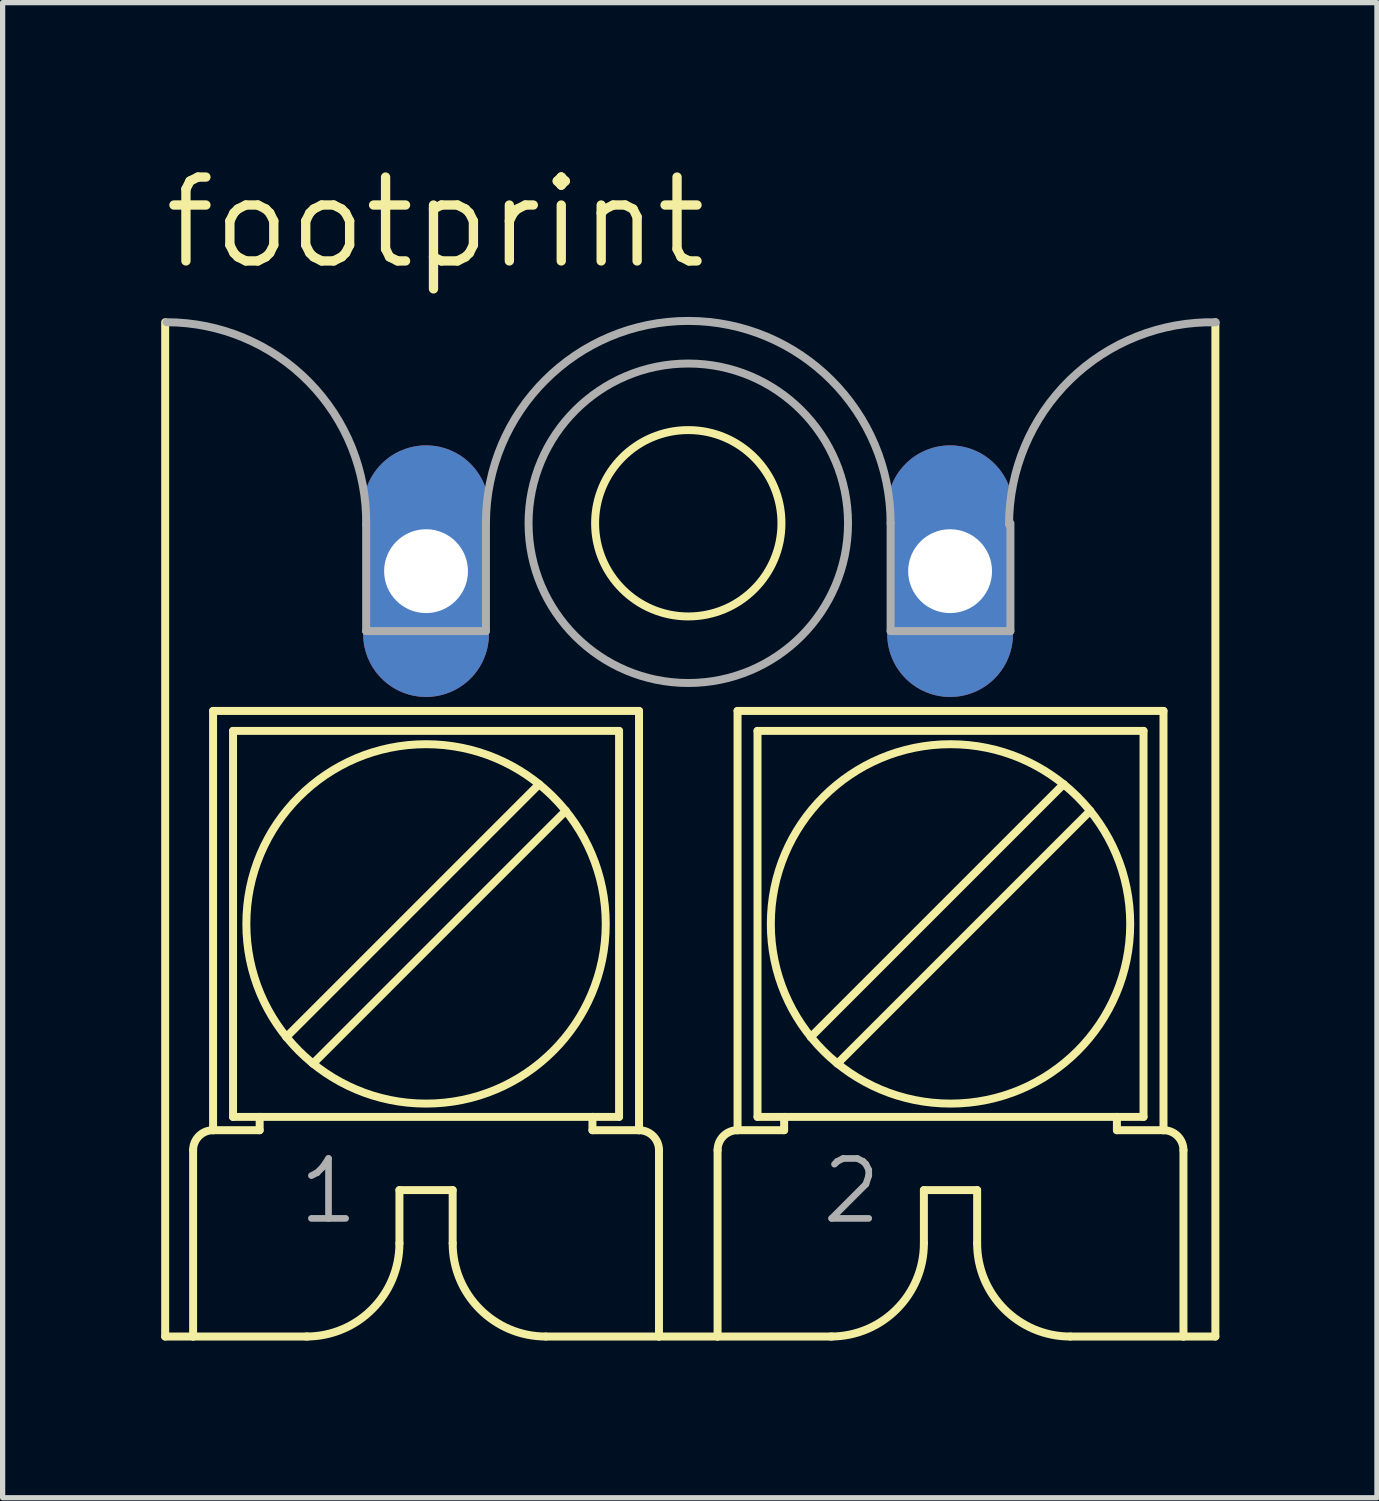
<source format=kicad_pcb>
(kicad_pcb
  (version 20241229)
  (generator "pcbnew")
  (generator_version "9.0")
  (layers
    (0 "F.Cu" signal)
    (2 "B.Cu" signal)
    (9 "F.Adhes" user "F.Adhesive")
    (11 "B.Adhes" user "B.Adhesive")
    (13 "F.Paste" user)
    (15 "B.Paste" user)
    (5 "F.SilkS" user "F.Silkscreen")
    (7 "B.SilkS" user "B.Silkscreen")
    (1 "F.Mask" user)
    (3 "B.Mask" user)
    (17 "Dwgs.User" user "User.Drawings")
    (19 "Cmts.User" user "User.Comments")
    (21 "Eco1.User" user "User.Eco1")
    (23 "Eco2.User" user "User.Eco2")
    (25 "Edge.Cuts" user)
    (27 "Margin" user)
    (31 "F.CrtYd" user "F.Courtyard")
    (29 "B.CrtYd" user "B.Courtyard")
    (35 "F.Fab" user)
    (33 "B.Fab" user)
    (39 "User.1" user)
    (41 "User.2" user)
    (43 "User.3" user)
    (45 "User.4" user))
  (footprint "footprint"
    (layer "F.Cu")
    (at 10.08 12.849)
    (property "Reference" "footprint" (at -10.08 -10.715 0) (layer "F.SilkS") (effects (font (size 1.6 1.6) (thickness 0.178)) (justify left bottom)))
    (fp_line (start -9.978 9.605) (end -9.978 -9.75) (stroke (width 0.152) (type solid)) (layer "F.SilkS"))
    (fp_line (start -9.978 9.605) (end -9.445 9.605) (stroke (width 0.152) (type solid)) (layer "F.SilkS"))
    (fp_line (start -9.445 9.605) (end -9.445 6.049) (stroke (width 0.152) (type solid)) (layer "F.SilkS"))
    (fp_line (start -9.445 9.605) (end -7.261 9.605) (stroke (width 0.152) (type solid)) (layer "F.SilkS"))
    (fp_line (start -9.064 -2.333) (end -0.936 -2.333) (stroke (width 0.152) (type solid)) (layer "F.SilkS"))
    (fp_line (start -9.064 5.668) (end -9.064 -2.333) (stroke (width 0.152) (type solid)) (layer "F.SilkS"))
    (fp_line (start -9.064 5.668) (end -8.175 5.668) (stroke (width 0.152) (type solid)) (layer "F.SilkS"))
    (fp_line (start -8.683 -1.952) (end -1.317 -1.952) (stroke (width 0.152) (type solid)) (layer "F.SilkS"))
    (fp_line (start -8.683 5.414) (end -8.683 -1.952) (stroke (width 0.152) (type solid)) (layer "F.SilkS"))
    (fp_line (start -8.683 5.414) (end -8.175 5.414) (stroke (width 0.152) (type solid)) (layer "F.SilkS"))
    (fp_line (start -8.175 5.414) (end -8.175 5.668) (stroke (width 0.152) (type solid)) (layer "F.SilkS"))
    (fp_line (start -7.667 3.89) (end -2.841 -0.936) (stroke (width 0.152) (type solid)) (layer "F.SilkS"))
    (fp_line (start -7.159 4.398) (end -2.333 -0.428) (stroke (width 0.152) (type solid)) (layer "F.SilkS"))
    (fp_line (start -5.508 6.811) (end -5.508 7.827) (stroke (width 0.152) (type solid)) (layer "F.SilkS"))
    (fp_line (start -5.508 6.811) (end -4.492 6.811) (stroke (width 0.152) (type solid)) (layer "F.SilkS"))
    (fp_line (start -4.492 6.811) (end -4.492 7.827) (stroke (width 0.152) (type solid)) (layer "F.SilkS"))
    (fp_line (start -2.714 9.605) (end -0.555 9.605) (stroke (width 0.152) (type solid)) (layer "F.SilkS"))
    (fp_line (start -1.825 5.414) (end -8.175 5.414) (stroke (width 0.152) (type solid)) (layer "F.SilkS"))
    (fp_line (start -1.825 5.414) (end -1.825 5.668) (stroke (width 0.152) (type solid)) (layer "F.SilkS"))
    (fp_line (start -1.825 5.414) (end -1.317 5.414) (stroke (width 0.152) (type solid)) (layer "F.SilkS"))
    (fp_line (start -1.825 5.668) (end -0.936 5.668) (stroke (width 0.152) (type solid)) (layer "F.SilkS"))
    (fp_line (start -1.317 5.414) (end -1.317 -1.952) (stroke (width 0.152) (type solid)) (layer "F.SilkS"))
    (fp_line (start -0.936 5.668) (end -0.936 -2.333) (stroke (width 0.152) (type solid)) (layer "F.SilkS"))
    (fp_line (start -0.555 9.605) (end -0.555 6.049) (stroke (width 0.152) (type solid)) (layer "F.SilkS"))
    (fp_line (start -0.555 9.605) (end 0.563 9.605) (stroke (width 0.152) (type solid)) (layer "F.SilkS"))
    (fp_line (start 0.563 9.605) (end 0.563 6.049) (stroke (width 0.152) (type solid)) (layer "F.SilkS"))
    (fp_line (start 0.563 9.605) (end 2.747 9.605) (stroke (width 0.152) (type solid)) (layer "F.SilkS"))
    (fp_line (start 0.944 -2.333) (end 9.072 -2.333) (stroke (width 0.152) (type solid)) (layer "F.SilkS"))
    (fp_line (start 0.944 5.668) (end 0.944 -2.333) (stroke (width 0.152) (type solid)) (layer "F.SilkS"))
    (fp_line (start 0.944 5.668) (end 1.833 5.668) (stroke (width 0.152) (type solid)) (layer "F.SilkS"))
    (fp_line (start 1.325 -1.952) (end 8.691 -1.952) (stroke (width 0.152) (type solid)) (layer "F.SilkS"))
    (fp_line (start 1.325 5.414) (end 1.325 -1.952) (stroke (width 0.152) (type solid)) (layer "F.SilkS"))
    (fp_line (start 1.325 5.414) (end 1.833 5.414) (stroke (width 0.152) (type solid)) (layer "F.SilkS"))
    (fp_line (start 1.833 5.414) (end 1.833 5.668) (stroke (width 0.152) (type solid)) (layer "F.SilkS"))
    (fp_line (start 2.341 3.89) (end 7.167 -0.936) (stroke (width 0.152) (type solid)) (layer "F.SilkS"))
    (fp_line (start 2.849 4.398) (end 7.675 -0.428) (stroke (width 0.152) (type solid)) (layer "F.SilkS"))
    (fp_line (start 4.5 6.811) (end 4.5 7.827) (stroke (width 0.152) (type solid)) (layer "F.SilkS"))
    (fp_line (start 4.5 6.811) (end 5.516 6.811) (stroke (width 0.152) (type solid)) (layer "F.SilkS"))
    (fp_line (start 5.516 6.811) (end 5.516 7.827) (stroke (width 0.152) (type solid)) (layer "F.SilkS"))
    (fp_line (start 7.294 9.605) (end 9.453 9.605) (stroke (width 0.152) (type solid)) (layer "F.SilkS"))
    (fp_line (start 8.183 5.414) (end 1.833 5.414) (stroke (width 0.152) (type solid)) (layer "F.SilkS"))
    (fp_line (start 8.183 5.414) (end 8.183 5.668) (stroke (width 0.152) (type solid)) (layer "F.SilkS"))
    (fp_line (start 8.183 5.414) (end 8.691 5.414) (stroke (width 0.152) (type solid)) (layer "F.SilkS"))
    (fp_line (start 8.183 5.668) (end 9.072 5.668) (stroke (width 0.152) (type solid)) (layer "F.SilkS"))
    (fp_line (start 8.691 5.414) (end 8.691 -1.952) (stroke (width 0.152) (type solid)) (layer "F.SilkS"))
    (fp_line (start 9.072 5.668) (end 9.072 -2.333) (stroke (width 0.152) (type solid)) (layer "F.SilkS"))
    (fp_line (start 9.453 9.605) (end 9.453 6.049) (stroke (width 0.152) (type solid)) (layer "F.SilkS"))
    (fp_line (start 9.453 9.605) (end 10.062 9.605) (stroke (width 0.152) (type solid)) (layer "F.SilkS"))
    (fp_line (start 10.062 9.605) (end 10.062 -9.75) (stroke (width 0.152) (type solid)) (layer "F.SilkS"))
    (fp_arc (start -9.445 6.049) (mid -9.333408 5.779592) (end -9.064 5.668) (stroke (width 0.1524) (type solid)) (layer "F.SilkS"))
    (fp_arc (start -5.508 7.827) (mid -6.028764 9.084236) (end -7.286 9.605) (stroke (width 0.1524) (type solid)) (layer "F.SilkS"))
    (fp_arc (start -2.714 9.605) (mid -3.971236 9.084236) (end -4.492 7.827) (stroke (width 0.1524) (type solid)) (layer "F.SilkS"))
    (fp_arc (start -0.936 5.668) (mid -0.666592 5.779592) (end -0.555 6.049) (stroke (width 0.1524) (type solid)) (layer "F.SilkS"))
    (fp_arc (start 0.563 6.049) (mid 0.674592 5.779592) (end 0.944 5.668) (stroke (width 0.1524) (type solid)) (layer "F.SilkS"))
    (fp_arc (start 4.5 7.827) (mid 3.979236 9.084236) (end 2.722 9.605) (stroke (width 0.1524) (type solid)) (layer "F.SilkS"))
    (fp_arc (start 7.294 9.605) (mid 6.036764 9.084236) (end 5.516 7.827) (stroke (width 0.1524) (type solid)) (layer "F.SilkS"))
    (fp_arc (start 9.072 5.668) (mid 9.341408 5.779592) (end 9.453 6.049) (stroke (width 0.1524) (type solid)) (layer "F.SilkS"))
    (fp_circle (center -5 1.731) (end -1.571 1.731) (stroke (width 0.152) (type solid)) (fill no) (layer "F.SilkS"))
    (fp_circle (center 0.004 -5.914) (end 1.782 -5.914) (stroke (width 0.152) (type solid)) (fill no) (layer "F.SilkS"))
    (fp_circle (center 5.008 1.731) (end 8.437 1.731) (stroke (width 0.152) (type solid)) (fill no) (layer "F.SilkS"))
    (fp_line (start -6.143 -3.857) (end -6.143 -5.889) (stroke (width 0.152) (type solid)) (layer "F.Fab"))
    (fp_line (start -6.143 -3.857) (end -3.857 -3.857) (stroke (width 0.152) (type solid)) (layer "F.Fab"))
    (fp_line (start -3.857 -3.857) (end -3.857 -5.914) (stroke (width 0.152) (type solid)) (layer "F.Fab"))
    (fp_line (start 3.865 -3.857) (end 3.865 -5.914) (stroke (width 0.152) (type solid)) (layer "F.Fab"))
    (fp_line (start 3.865 -3.857) (end 6.151 -3.857) (stroke (width 0.152) (type solid)) (layer "F.Fab"))
    (fp_line (start 6.151 -3.857) (end 6.151 -5.914) (stroke (width 0.152) (type solid)) (layer "F.Fab"))
    (fp_arc (start -9.953 -9.7501) (mid -7.240656 -8.616095) (end -6.1426 -5.889) (stroke (width 0.1524) (type solid)) (layer "F.Fab"))
    (fp_arc (start -3.857 -5.9144) (mid 0.0038 -9.7752) (end 3.8646 -5.9144) (stroke (width 0.1524) (type solid)) (layer "F.Fab"))
    (fp_arc (start 6.1252 -5.889) (mid 7.285425 -8.647936) (end 10.068699 -9.748499) (stroke (width 0.1524) (type solid)) (layer "F.Fab"))
    (fp_circle (center 0.004 -5.914) (end 3.052 -5.914) (stroke (width 0.152) (type solid)) (fill no) (layer "F.Fab"))
    (fp_poly (pts (xy -5.508 -4.492) (xy -4.492 -4.492) (xy -4.492 -5.508) (xy -5.508 -5.508)) (stroke (width 0.1) (type solid)) (fill no) (layer "F.Fab"))
    (fp_poly (pts (xy 4.5 -4.492) (xy 5.516 -4.492) (xy 5.516 -5.508) (xy 4.5 -5.508)) (stroke (width 0.1) (type solid)) (fill no) (layer "F.Fab"))
    (fp_text user "2" (at 2.493 7.497 0) (layer "F.Fab") (effects (font (size 1.143 1.143) (thickness 0.127)) (justify left bottom)))
    (fp_text user "1" (at -7.489 7.497 0) (layer "F.Fab") (effects (font (size 1.143 1.143) (thickness 0.127)) (justify left bottom)))
    (pad "1" thru_hole oval (at -5 -5 90) (size 4.801 2.4) (drill 1.6) (layers "*.Cu" "*.Mask"))
    (pad "2" thru_hole oval (at 5 -5 90) (size 4.801 2.4) (drill 1.6) (layers "*.Cu" "*.Mask")))
  (gr_rect
    (start -3 -3)
    (end 23.225 25.53)
    (stroke (width 0.1) (type default))
    (fill no)
    (layer "Edge.Cuts")))
</source>
